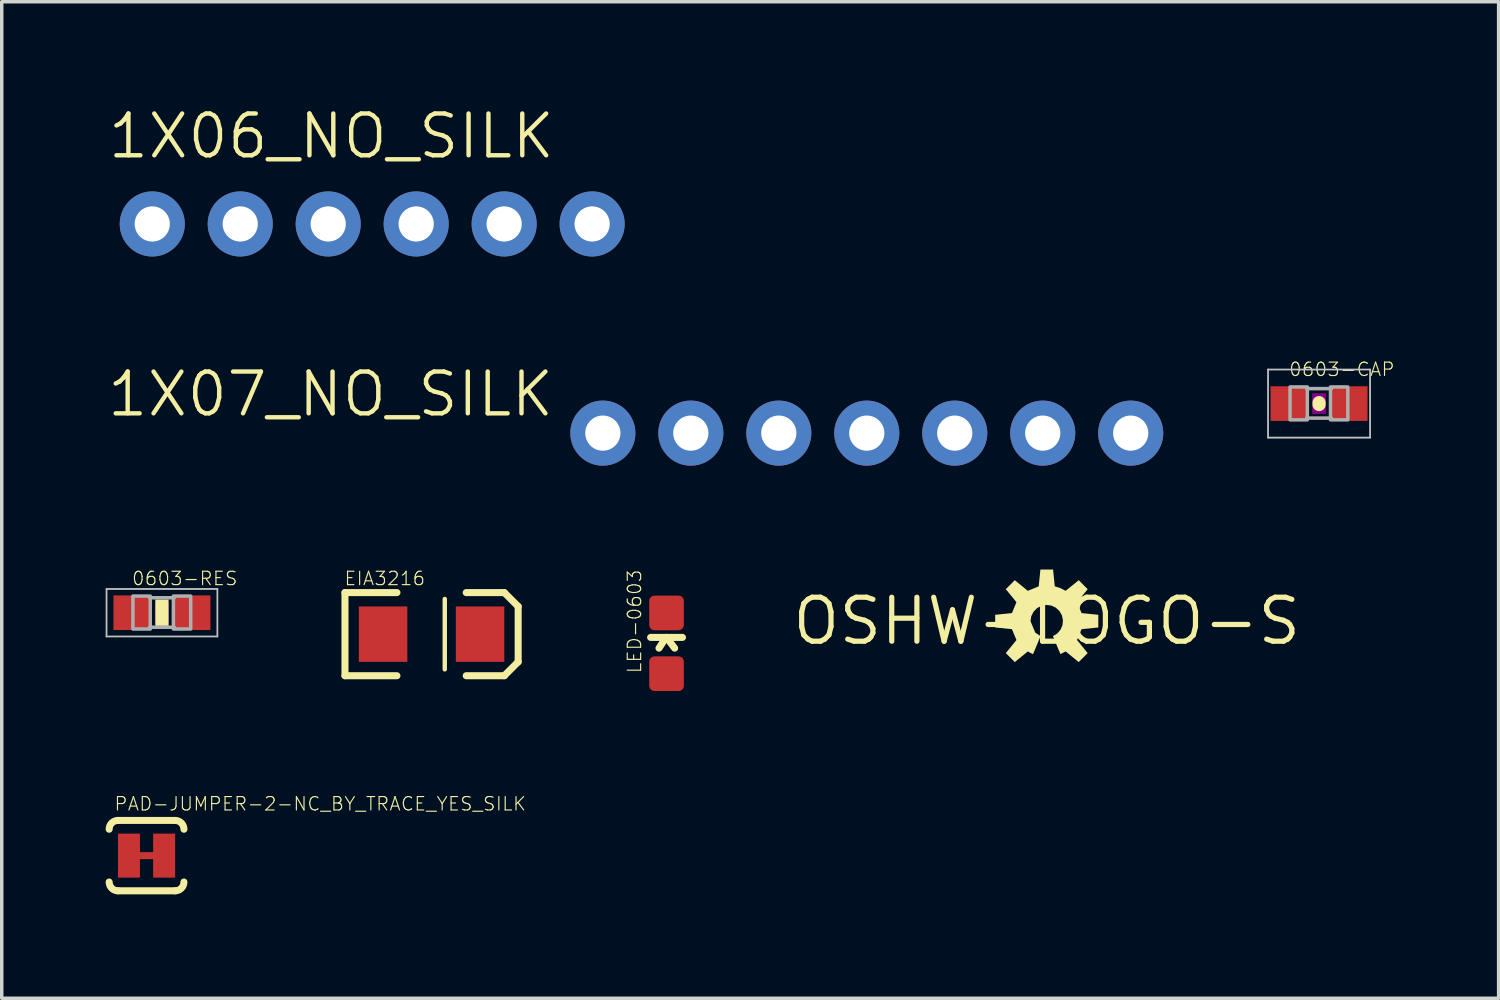
<source format=kicad_pcb>
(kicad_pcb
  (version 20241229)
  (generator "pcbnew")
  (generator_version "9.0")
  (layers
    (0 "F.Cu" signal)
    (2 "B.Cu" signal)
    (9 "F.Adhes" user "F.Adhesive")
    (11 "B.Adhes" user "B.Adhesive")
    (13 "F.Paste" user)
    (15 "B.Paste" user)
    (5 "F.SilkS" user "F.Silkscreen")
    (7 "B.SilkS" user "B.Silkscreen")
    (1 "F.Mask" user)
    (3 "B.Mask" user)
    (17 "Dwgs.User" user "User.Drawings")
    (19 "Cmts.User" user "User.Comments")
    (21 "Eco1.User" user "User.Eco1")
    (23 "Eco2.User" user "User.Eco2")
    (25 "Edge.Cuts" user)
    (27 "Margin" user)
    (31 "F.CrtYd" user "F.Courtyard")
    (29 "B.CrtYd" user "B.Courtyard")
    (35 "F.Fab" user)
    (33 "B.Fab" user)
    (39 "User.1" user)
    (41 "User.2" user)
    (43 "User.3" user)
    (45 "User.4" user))
  (footprint "0603-CAP"
    (layer "F.Cu")
    (at 35.033 8.602)
    (property "Reference" "0603-CAP" (at -0.889 -0.762 0) (layer "F.SilkS") (effects (font (size 0.386 0.386) (thickness 0.033)) (justify left bottom)))
    (attr through_hole)
    (fp_line (start 0 -0.028) (end 0 0.028) (stroke (width 0.381) (type solid)) (layer "F.SilkS"))
    (fp_poly (pts (xy -0.2 0.3) (xy 0.2 0.3) (xy 0.2 -0.3) (xy -0.2 -0.3)) (stroke (width 0) (type solid)) (fill yes) (layer "F.Adhes"))
    (fp_line (start -1.473 -0.983) (end 1.473 -0.983) (stroke (width 0.051) (type solid)) (layer "Dwgs.User"))
    (fp_line (start -1.473 0.983) (end -1.473 -0.983) (stroke (width 0.051) (type solid)) (layer "Dwgs.User"))
    (fp_line (start 1.473 -0.983) (end 1.473 0.983) (stroke (width 0.051) (type solid)) (layer "Dwgs.User"))
    (fp_line (start 1.473 0.983) (end -1.473 0.983) (stroke (width 0.051) (type solid)) (layer "Dwgs.User"))
    (fp_line (start -0.356 -0.432) (end 0.356 -0.432) (stroke (width 0.102) (type solid)) (layer "F.Fab"))
    (fp_line (start -0.356 0.419) (end 0.356 0.419) (stroke (width 0.102) (type solid)) (layer "F.Fab"))
    (fp_poly (pts (xy -0.838 0.47) (xy -0.338 0.47) (xy -0.338 -0.48) (xy -0.838 -0.48)) (stroke (width 0.1) (type solid)) (fill no) (layer "F.Fab"))
    (fp_poly (pts (xy 0.33 0.47) (xy 0.83 0.47) (xy 0.83 -0.48) (xy 0.33 -0.48)) (stroke (width 0.1) (type solid)) (fill no) (layer "F.Fab"))
    (pad "1" smd rect (at -0.85 0) (size 1.1 1) (layers "F.Cu" "F.Mask" "F.Paste"))
    (pad "2" smd rect (at 0.85 0) (size 1.1 1) (layers "F.Cu" "F.Mask" "F.Paste")))
  (footprint "1X07_NO_SILK"
    (layer "F.Cu")
    (at 14.355 9.455)
    (property "Reference" "1X07_NO_SILK" (at -1.346 -1.829 0) (layer "F.SilkS") (effects (font (size 1.206 1.206) (thickness 0.127)) (justify right top)))
    (attr through_hole)
    (fp_poly (pts (xy -0.254 0.254) (xy 0.254 0.254) (xy 0.254 -0.254) (xy -0.254 -0.254)) (stroke (width 0.1) (type solid)) (fill no) (layer "F.Fab"))
    (fp_poly (pts (xy 2.286 0.254) (xy 2.794 0.254) (xy 2.794 -0.254) (xy 2.286 -0.254)) (stroke (width 0.1) (type solid)) (fill no) (layer "F.Fab"))
    (fp_poly (pts (xy 4.826 0.254) (xy 5.334 0.254) (xy 5.334 -0.254) (xy 4.826 -0.254)) (stroke (width 0.1) (type solid)) (fill no) (layer "F.Fab"))
    (fp_poly (pts (xy 7.366 0.254) (xy 7.874 0.254) (xy 7.874 -0.254) (xy 7.366 -0.254)) (stroke (width 0.1) (type solid)) (fill no) (layer "F.Fab"))
    (fp_poly (pts (xy 9.906 0.254) (xy 10.414 0.254) (xy 10.414 -0.254) (xy 9.906 -0.254)) (stroke (width 0.1) (type solid)) (fill no) (layer "F.Fab"))
    (fp_poly (pts (xy 12.446 0.254) (xy 12.954 0.254) (xy 12.954 -0.254) (xy 12.446 -0.254)) (stroke (width 0.1) (type solid)) (fill no) (layer "F.Fab"))
    (fp_poly (pts (xy 14.986 0.254) (xy 15.494 0.254) (xy 15.494 -0.254) (xy 14.986 -0.254)) (stroke (width 0.1) (type solid)) (fill no) (layer "F.Fab"))
    (pad "1" thru_hole circle (at 0 0 90) (size 1.88 1.88) (drill 1.016) (layers "*.Cu" "*.Mask"))
    (pad "2" thru_hole circle (at 2.54 0 90) (size 1.88 1.88) (drill 1.016) (layers "*.Cu" "*.Mask"))
    (pad "3" thru_hole circle (at 5.08 0 90) (size 1.88 1.88) (drill 1.016) (layers "*.Cu" "*.Mask"))
    (pad "4" thru_hole circle (at 7.62 0 90) (size 1.88 1.88) (drill 1.016) (layers "*.Cu" "*.Mask"))
    (pad "5" thru_hole circle (at 10.16 0 90) (size 1.88 1.88) (drill 1.016) (layers "*.Cu" "*.Mask"))
    (pad "6" thru_hole circle (at 12.7 0 90) (size 1.88 1.88) (drill 1.016) (layers "*.Cu" "*.Mask"))
    (pad "7" thru_hole circle (at 15.24 0 90) (size 1.88 1.88) (drill 1.016) (layers "*.Cu" "*.Mask")))
  (footprint "PAD-JUMPER-2-NC_BY_TRACE_YES_SILK"
    (layer "F.Cu")
    (at 1.181 21.653)
    (property "Reference" "PAD-JUMPER-2-NC_BY_TRACE_YES_SILK" (at -0.953 -1.27 0) (layer "F.SilkS") (effects (font (size 0.386 0.386) (thickness 0.033)) (justify left bottom)))
    (attr through_hole)
    (fp_line (start -0.381 0) (end 0.381 0) (stroke (width 0.203) (type solid)) (layer "F.Cu"))
    (fp_line (start -0.826 -1.016) (end 0.826 -1.016) (stroke (width 0.203) (type solid)) (layer "F.SilkS"))
    (fp_line (start 0.826 1.016) (end -0.826 1.016) (stroke (width 0.203) (type solid)) (layer "F.SilkS"))
    (fp_arc (start -1.0795 -0.762) (mid -1.005105 -0.941605) (end -0.8255 -1.016) (stroke (width 0.2032) (type solid)) (layer "F.SilkS"))
    (fp_arc (start -0.8255 1.016) (mid -1.005105 0.941605) (end -1.0795 0.762) (stroke (width 0.2032) (type solid)) (layer "F.SilkS"))
    (fp_arc (start 0.8255 -1.016) (mid 1.005105 -0.941605) (end 1.0795 -0.762) (stroke (width 0.2032) (type solid)) (layer "F.SilkS"))
    (fp_arc (start 1.0795 0.762) (mid 1.005105 0.941605) (end 0.8255 1.016) (stroke (width 0.2032) (type solid)) (layer "F.SilkS"))
    (pad "1" smd rect (at -0.508 0) (size 0.635 1.27) (layers "F.Cu" "F.Mask"))
    (pad "2" smd rect (at 0.508 0) (size 0.635 1.27) (layers "F.Cu" "F.Mask")))
  (footprint "0603-RES"
    (layer "F.Cu")
    (at 1.626 14.64)
    (property "Reference" "0603-RES" (at -0.889 -0.762 0) (layer "F.SilkS") (effects (font (size 0.386 0.386) (thickness 0.033)) (justify left bottom)))
    (attr through_hole)
    (fp_poly (pts (xy -0.191 0.381) (xy 0.191 0.381) (xy 0.191 -0.381) (xy -0.191 -0.381)) (stroke (width 0) (type solid)) (fill yes) (layer "F.SilkS"))
    (fp_poly (pts (xy -0.2 0.3) (xy 0.2 0.3) (xy 0.2 -0.3) (xy -0.2 -0.3)) (stroke (width 0) (type solid)) (fill yes) (layer "F.Adhes"))
    (fp_line (start -1.6 -0.686) (end 1.6 -0.686) (stroke (width 0.051) (type solid)) (layer "Dwgs.User"))
    (fp_line (start -1.6 0.686) (end -1.6 -0.686) (stroke (width 0.051) (type solid)) (layer "Dwgs.User"))
    (fp_line (start 1.6 -0.686) (end 1.6 0.686) (stroke (width 0.051) (type solid)) (layer "Dwgs.User"))
    (fp_line (start 1.6 0.686) (end -1.6 0.686) (stroke (width 0.051) (type solid)) (layer "Dwgs.User"))
    (fp_line (start -0.356 -0.432) (end 0.356 -0.432) (stroke (width 0.102) (type solid)) (layer "F.Fab"))
    (fp_line (start -0.356 0.419) (end 0.356 0.419) (stroke (width 0.102) (type solid)) (layer "F.Fab"))
    (fp_poly (pts (xy -0.838 0.47) (xy -0.338 0.47) (xy -0.338 -0.48) (xy -0.838 -0.48)) (stroke (width 0.1) (type solid)) (fill no) (layer "F.Fab"))
    (fp_poly (pts (xy 0.33 0.47) (xy 0.83 0.47) (xy 0.83 -0.48) (xy 0.33 -0.48)) (stroke (width 0.1) (type solid)) (fill no) (layer "F.Fab"))
    (pad "1" smd rect (at -0.85 0) (size 1.1 1) (layers "F.Cu" "F.Mask" "F.Paste"))
    (pad "2" smd rect (at 0.85 0) (size 1.1 1) (layers "F.Cu" "F.Mask" "F.Paste")))
  (footprint "1X06_NO_SILK"
    (layer "F.Cu")
    (at 1.346 3.416)
    (property "Reference" "1X06_NO_SILK" (at -1.346 -1.829 0) (layer "F.SilkS") (effects (font (size 1.206 1.206) (thickness 0.127)) (justify left bottom)))
    (attr through_hole)
    (fp_poly (pts (xy -0.254 0.254) (xy 0.254 0.254) (xy 0.254 -0.254) (xy -0.254 -0.254)) (stroke (width 0.1) (type solid)) (fill no) (layer "F.Fab"))
    (fp_poly (pts (xy 2.286 0.254) (xy 2.794 0.254) (xy 2.794 -0.254) (xy 2.286 -0.254)) (stroke (width 0.1) (type solid)) (fill no) (layer "F.Fab"))
    (fp_poly (pts (xy 4.826 0.254) (xy 5.334 0.254) (xy 5.334 -0.254) (xy 4.826 -0.254)) (stroke (width 0.1) (type solid)) (fill no) (layer "F.Fab"))
    (fp_poly (pts (xy 7.366 0.254) (xy 7.874 0.254) (xy 7.874 -0.254) (xy 7.366 -0.254)) (stroke (width 0.1) (type solid)) (fill no) (layer "F.Fab"))
    (fp_poly (pts (xy 9.906 0.254) (xy 10.414 0.254) (xy 10.414 -0.254) (xy 9.906 -0.254)) (stroke (width 0.1) (type solid)) (fill no) (layer "F.Fab"))
    (fp_poly (pts (xy 12.446 0.254) (xy 12.954 0.254) (xy 12.954 -0.254) (xy 12.446 -0.254)) (stroke (width 0.1) (type solid)) (fill no) (layer "F.Fab"))
    (pad "1" thru_hole circle (at 0 0 90) (size 1.88 1.88) (drill 1.016) (layers "*.Cu" "*.Mask"))
    (pad "2" thru_hole circle (at 2.54 0 90) (size 1.88 1.88) (drill 1.016) (layers "*.Cu" "*.Mask"))
    (pad "3" thru_hole circle (at 5.08 0 90) (size 1.88 1.88) (drill 1.016) (layers "*.Cu" "*.Mask"))
    (pad "4" thru_hole circle (at 7.62 0 90) (size 1.88 1.88) (drill 1.016) (layers "*.Cu" "*.Mask"))
    (pad "5" thru_hole circle (at 10.16 0 90) (size 1.88 1.88) (drill 1.016) (layers "*.Cu" "*.Mask"))
    (pad "6" thru_hole circle (at 12.7 0 90) (size 1.88 1.88) (drill 1.016) (layers "*.Cu" "*.Mask")))
  (footprint "OSHW-LOGO-S"
    (layer "F.Cu")
    (at 27.171 14.883)
    (property "Reference" "OSHW-LOGO-S" (at 0 0 0) (layer "F.SilkS") (effects (font (size 1.27 1.27) (thickness 0.15))))
    (attr through_hole)
    (fp_poly (pts (xy 0.395 0.953) (xy 0.546 0.875) (xy 0.923 1.182) (xy 1.182 0.923) (xy 0.875 0.546) (xy 1.005 0.232) (xy 1.489 0.183) (xy 1.489 -0.183) (xy 1.005 -0.232) (xy 0.875 -0.546) (xy 1.182 -0.923) (xy 0.923 -1.182) (xy 0.546 -0.875) (xy 0.395 -0.953) (xy 0.232 -1.005) (xy 0.183 -1.489) (xy -0.183 -1.489) (xy -0.232 -1.005) (xy -0.546 -0.875) (xy -0.923 -1.182) (xy -1.182 -0.923) (xy -0.875 -0.546) (xy -1.005 -0.232) (xy -1.489 -0.183) (xy -1.489 0.183) (xy -1.005 0.232) (xy -0.875 0.546) (xy -1.182 0.923) (xy -0.923 1.182) (xy -0.546 0.875) (xy -0.472 0.917) (xy -0.395 0.953) (xy -0.179 0.433) (xy -0.179 0.433) (xy -0.332 0.331) (xy -0.469 0) (xy -0.447 -0.142) (xy -0.382 -0.271) (xy -0.282 -0.374) (xy -0.155 -0.442) (xy -0.013 -0.468) (xy 0.13 -0.45) (xy 0.26 -0.39) (xy 0.366 -0.292) (xy 0.438 -0.167) (xy 0.468 -0.026) (xy 0.454 0.117) (xy 0.397 0.249) (xy 0.302 0.358) (xy 0.179 0.433)) (stroke (width 0) (type solid)) (fill yes) (layer "F.SilkS")))
  (footprint "LED-0603"
    (layer "F.Cu")
    (at 16.194 15.523)
    (property "Reference" "LED-0603" (at -0.699 0.889 90) (layer "F.SilkS") (effects (font (size 0.386 0.386) (thickness 0.033)) (justify left bottom)))
    (attr through_hole)
    (fp_line (start -0.46 -0.17) (end 0 -0.17) (stroke (width 0.203) (type solid)) (layer "F.SilkS"))
    (fp_line (start -0.025 -0.155) (end -0.218 0.14) (stroke (width 0.203) (type solid)) (layer "F.SilkS"))
    (fp_line (start 0 -0.17) (end 0.234 0.14) (stroke (width 0.203) (type solid)) (layer "F.SilkS"))
    (fp_line (start 0.46 -0.17) (end 0 -0.17) (stroke (width 0.203) (type solid)) (layer "F.SilkS"))
    (pad "A" smd roundrect (at 0 0.877) (size 1 1) (layers "F.Cu" "F.Mask" "F.Paste") (roundrect_rratio 0.15))
    (pad "C" smd roundrect (at 0 -0.877) (size 1 1) (layers "F.Cu" "F.Mask" "F.Paste") (roundrect_rratio 0.15)))
  (footprint "EIA3216"
    (layer "F.Cu")
    (at 9.41 15.259)
    (property "Reference" "EIA3216" (at -2.54 -1.381 0) (layer "F.SilkS") (effects (font (size 0.386 0.386) (thickness 0.033)) (justify left bottom)))
    (attr through_hole)
    (fp_line (start -2.5 -1.2) (end -1 -1.2) (stroke (width 0.203) (type solid)) (layer "F.SilkS"))
    (fp_line (start -2.5 1.2) (end -2.5 -1.2) (stroke (width 0.203) (type solid)) (layer "F.SilkS"))
    (fp_line (start -1 1.2) (end -2.5 1.2) (stroke (width 0.203) (type solid)) (layer "F.SilkS"))
    (fp_line (start 0.381 -1.016) (end 0.381 1.016) (stroke (width 0.127) (type solid)) (layer "F.SilkS"))
    (fp_line (start 1 1.2) (end 2.1 1.2) (stroke (width 0.203) (type solid)) (layer "F.SilkS"))
    (fp_line (start 2.1 -1.2) (end 1 -1.2) (stroke (width 0.203) (type solid)) (layer "F.SilkS"))
    (fp_line (start 2.1 1.2) (end 2.5 0.8) (stroke (width 0.203) (type solid)) (layer "F.SilkS"))
    (fp_line (start 2.5 -0.8) (end 2.1 -1.2) (stroke (width 0.203) (type solid)) (layer "F.SilkS"))
    (fp_line (start 2.5 0.8) (end 2.5 -0.8) (stroke (width 0.203) (type solid)) (layer "F.SilkS"))
    (pad "A" smd rect (at 1.4 0 90) (size 1.6 1.4) (layers "F.Cu" "F.Mask" "F.Paste"))
    (pad "C" smd rect (at -1.4 0 90) (size 1.6 1.4) (layers "F.Cu" "F.Mask" "F.Paste")))
  (gr_rect
    (start -3 -3)
    (end 40.217 25.771)
    (stroke (width 0.1) (type default))
    (fill no)
    (layer "Edge.Cuts")))
</source>
